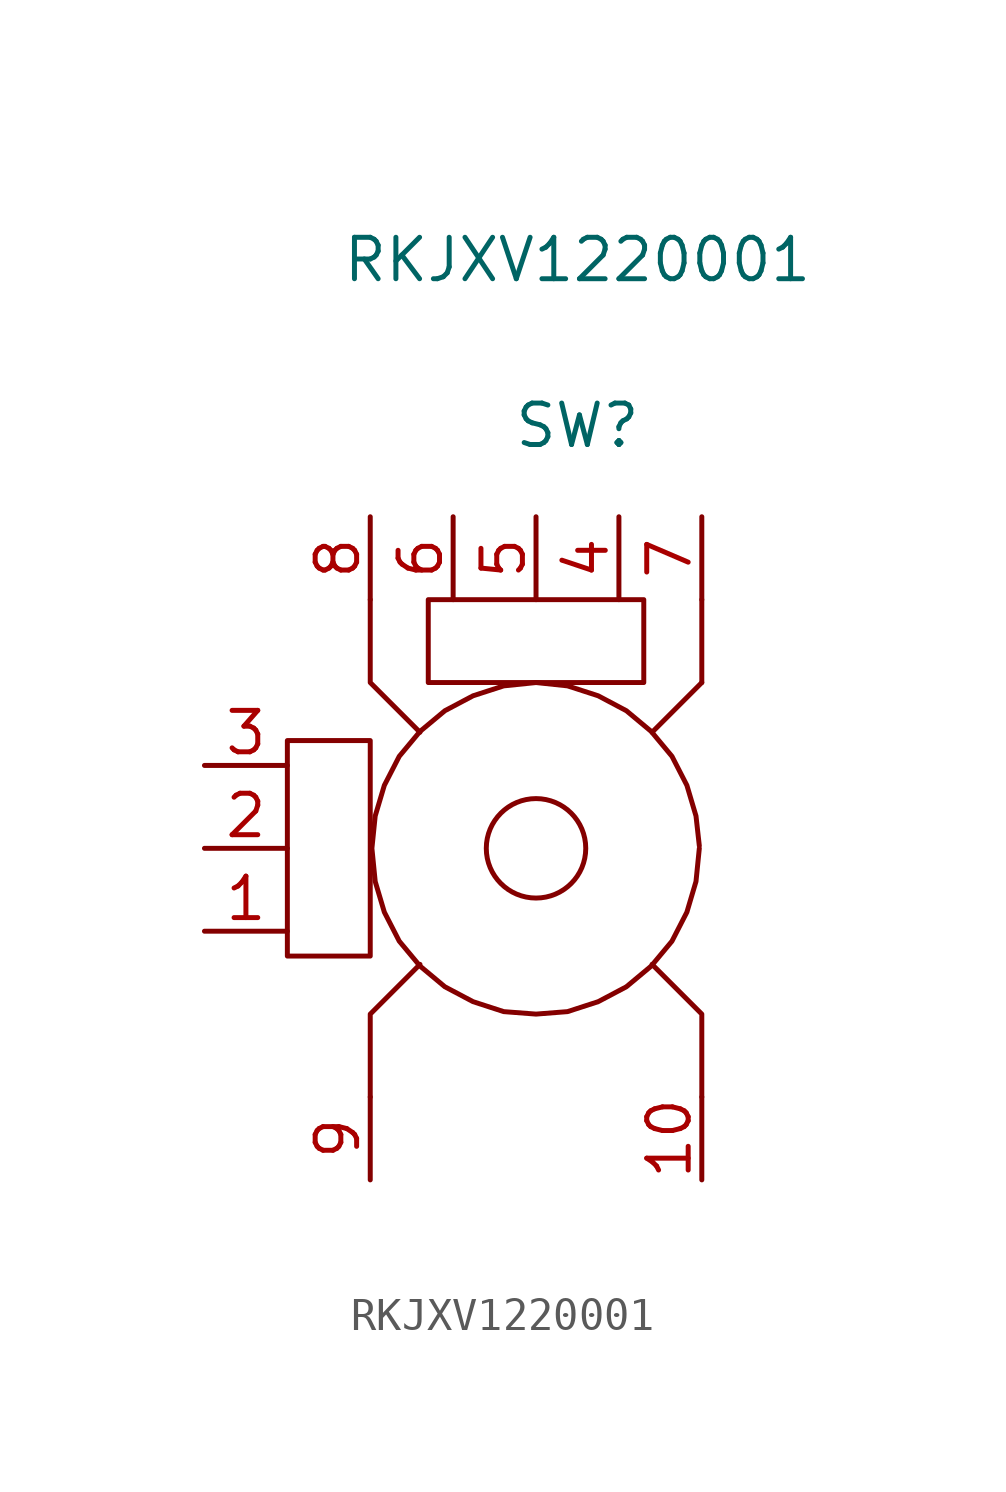
<source format=kicad_sym>
(kicad_symbol_lib
  (version 20220914)
  (generator kicad_symbol_editor)
  (symbol "RKJXV1220001"
    (pin_names
      (offset 1.016) hide)
    (property "Reference" "SW"
      (at 0 12.954 0)
      (effects (font (size 1.27 1.27))))
    (property "Value" "RKJXV1220001"
      (at 0 18.034 0)
      (effects (font (size 1.27 1.27))))
    (symbol "RKJXV1220001_1_1"
      (rectangle (start -8.89 3.302) (end -6.35 -3.302) (stroke (width 0.152) (type solid)) (fill (type none)))
      (rectangle (start -4.572 7.62) (end 2.032 5.08) (stroke (width 0.152) (type solid)) (fill (type none)))
      (circle (center -1.27 0) (radius 1.524) (stroke (width 0.152) (type solid)) (fill (type none)))
      (polyline (pts (xy 3.81 5.08) (xy 2.286 3.556)) (stroke (width 0.152) (type solid)) (fill (type none)))
      (polyline (pts (xy 3.81 5.08) (xy 3.81 7.62)) (stroke (width 0.152) (type solid)) (fill (type none)))
      (polyline (pts (xy -6.35 -7.62) (xy -6.35 -5.08) (xy -4.826 -3.556)) (stroke (width 0.152) (type solid)) (fill (type none)))
      (polyline (pts (xy -6.35 7.62) (xy -6.35 5.08) (xy -4.826 3.556)) (stroke (width 0.152) (type solid)) (fill (type none)))
      (polyline (pts (xy 3.81 -7.62) (xy 3.81 -5.08) (xy 2.286 -3.556)) (stroke (width 0.152) (type solid)) (fill (type none)))
      (polyline (pts (xy 3.734 0) (xy 3.632 -1.016) (xy 3.353 -1.956) (xy 2.896 -2.845) (xy 2.261 -3.607) (xy 1.499 -4.242) (xy 0.635 -4.699) (xy -0.305 -5.004) (xy -1.27 -5.08) (xy -2.261 -5.004) (xy -3.2 -4.699) (xy -4.064 -4.242) (xy -4.826 -3.607) (xy -5.461 -2.845) (xy -5.918 -1.956) (xy -6.198 -1.016) (xy -6.299 0) (xy -6.198 0.991) (xy -5.918 1.93) (xy -5.461 2.819) (xy -4.826 3.581) (xy -4.064 4.216) (xy -3.2 4.674) (xy -2.261 4.978) (xy -1.27 5.08) (xy -0.305 4.978) (xy 0.635 4.674) (xy 1.499 4.216) (xy 2.261 3.581) (xy 2.896 2.819) (xy 3.353 1.93) (xy 3.632 0.991) (xy 3.734 0.076)) (stroke (width 0.152) (type solid)) (fill (type none)))
      (pin input line (at -11.43 -2.54 0) (length 2.54) (name "B" (effects (font (size 1.27 1.27)))) (number "1" (effects (font (size 1.27 1.27)))))
      (pin input line (at 3.81 -10.16 90) (length 2.54) (name "GND" (effects (font (size 1.27 1.27)))) (number "10" (effects (font (size 1.27 1.27)))))
      (pin input line (at -11.43 0 0) (length 2.54) (name "DTA" (effects (font (size 1.27 1.27)))) (number "2" (effects (font (size 1.27 1.27)))))
      (pin input line (at -11.43 2.54 0) (length 2.54) (name "A" (effects (font (size 1.27 1.27)))) (number "3" (effects (font (size 1.27 1.27)))))
      (pin input line (at 1.27 10.16 270) (length 2.54) (name "A" (effects (font (size 1.27 1.27)))) (number "4" (effects (font (size 1.27 1.27)))))
      (pin input line (at -1.27 10.16 270) (length 2.54) (name "DTA" (effects (font (size 1.27 1.27)))) (number "5" (effects (font (size 1.27 1.27)))))
      (pin input line (at -3.81 10.16 270) (length 2.54) (name "B" (effects (font (size 1.27 1.27)))) (number "6" (effects (font (size 1.27 1.27)))))
      (pin input line (at 3.81 10.16 270) (length 2.54) (name "GND" (effects (font (size 1.27 1.27)))) (number "7" (effects (font (size 1.27 1.27)))))
      (pin input line (at -6.35 10.16 270) (length 2.54) (name "GND" (effects (font (size 1.27 1.27)))) (number "8" (effects (font (size 1.27 1.27)))))
      (pin input line (at -6.35 -10.16 90) (length 2.54) (name "GND" (effects (font (size 1.27 1.27)))) (number "9" (effects (font (size 1.27 1.27))))))))
</source>
